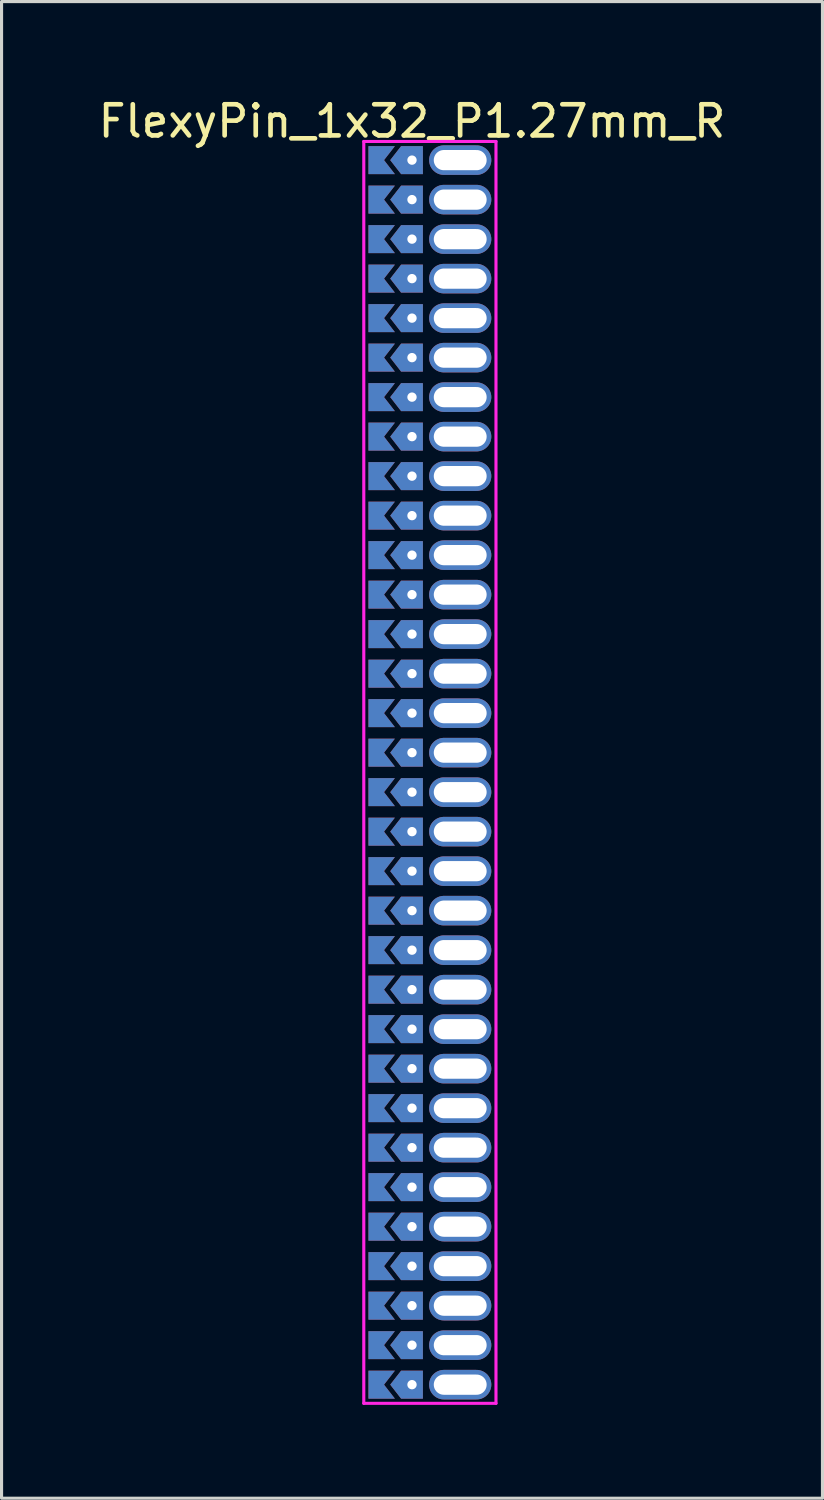
<source format=kicad_pcb>
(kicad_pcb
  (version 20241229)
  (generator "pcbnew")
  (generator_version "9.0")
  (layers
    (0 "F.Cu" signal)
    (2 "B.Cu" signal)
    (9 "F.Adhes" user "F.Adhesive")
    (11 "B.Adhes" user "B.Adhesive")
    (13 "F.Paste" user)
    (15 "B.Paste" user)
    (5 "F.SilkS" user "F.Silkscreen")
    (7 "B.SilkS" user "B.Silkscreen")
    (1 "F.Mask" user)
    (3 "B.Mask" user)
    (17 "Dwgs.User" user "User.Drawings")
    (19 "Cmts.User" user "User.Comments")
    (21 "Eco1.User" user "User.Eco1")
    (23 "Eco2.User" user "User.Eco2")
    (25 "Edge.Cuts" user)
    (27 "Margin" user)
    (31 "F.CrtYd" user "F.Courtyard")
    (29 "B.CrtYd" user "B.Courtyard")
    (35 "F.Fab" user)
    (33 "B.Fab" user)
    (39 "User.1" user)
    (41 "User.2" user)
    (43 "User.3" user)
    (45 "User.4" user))
  (footprint "FlexyPin_1x32_P1.27mm_R"
    (layer "F.Cu")
    (at 10.196 2.098)
    (property "Reference" "FlexyPin_1x32_P1.27mm_R" (at 0 -1.25 0) (layer "F.SilkS") (effects (font (size 1 1) (thickness 0.15))))
    (attr through_hole)
    (fp_line (start -1.55 -0.6) (end 2.7 -0.6) (stroke (width 0.1) (type solid)) (layer "F.CrtYd"))
    (fp_line (start -1.55 39.97) (end -1.55 -0.6) (stroke (width 0.1) (type solid)) (layer "F.CrtYd"))
    (fp_line (start 2.7 -0.6) (end 2.7 39.97) (stroke (width 0.1) (type solid)) (layer "F.CrtYd"))
    (fp_line (start 2.7 39.97) (end -1.55 39.97) (stroke (width 0.1) (type solid)) (layer "F.CrtYd"))
    (pad "" thru_hole custom (at 0 0) (size 0.3 0.3) (drill 0.6) (layers "*.Cu" "*.Mask") (options (anchor rect)) (primitives (gr_poly (pts (xy 0.35 0.45) (xy 0.35 -0.45) (xy -0.35 -0.45) (xy -0.7 0) (xy -0.35 0.45)) (width 0) (fill yes))))
    (pad "" thru_hole custom (at 0 1.27) (size 0.3 0.3) (drill 0.6) (layers "*.Cu" "*.Mask") (options (anchor rect)) (primitives (gr_poly (pts (xy 0.35 0.45) (xy 0.35 -0.45) (xy -0.35 -0.45) (xy -0.7 0) (xy -0.35 0.45)) (width 0) (fill yes))))
    (pad "" thru_hole custom (at 0 2.54) (size 0.3 0.3) (drill 0.6) (layers "*.Cu" "*.Mask") (options (anchor rect)) (primitives (gr_poly (pts (xy 0.35 0.45) (xy 0.35 -0.45) (xy -0.35 -0.45) (xy -0.7 0) (xy -0.35 0.45)) (width 0) (fill yes))))
    (pad "" thru_hole custom (at 0 3.81) (size 0.3 0.3) (drill 0.6) (layers "*.Cu" "*.Mask") (options (anchor rect)) (primitives (gr_poly (pts (xy 0.35 0.45) (xy 0.35 -0.45) (xy -0.35 -0.45) (xy -0.7 0) (xy -0.35 0.45)) (width 0) (fill yes))))
    (pad "" thru_hole custom (at 0 5.08) (size 0.3 0.3) (drill 0.6) (layers "*.Cu" "*.Mask") (options (anchor rect)) (primitives (gr_poly (pts (xy 0.35 0.45) (xy 0.35 -0.45) (xy -0.35 -0.45) (xy -0.7 0) (xy -0.35 0.45)) (width 0) (fill yes))))
    (pad "" thru_hole custom (at 0 6.35) (size 0.3 0.3) (drill 0.6) (layers "*.Cu" "*.Mask") (options (anchor rect)) (primitives (gr_poly (pts (xy 0.35 0.45) (xy 0.35 -0.45) (xy -0.35 -0.45) (xy -0.7 0) (xy -0.35 0.45)) (width 0) (fill yes))))
    (pad "" thru_hole custom (at 0 7.62) (size 0.3 0.3) (drill 0.6) (layers "*.Cu" "*.Mask") (options (anchor rect)) (primitives (gr_poly (pts (xy 0.35 0.45) (xy 0.35 -0.45) (xy -0.35 -0.45) (xy -0.7 0) (xy -0.35 0.45)) (width 0) (fill yes))))
    (pad "" thru_hole custom (at 0 8.89) (size 0.3 0.3) (drill 0.6) (layers "*.Cu" "*.Mask") (options (anchor rect)) (primitives (gr_poly (pts (xy 0.35 0.45) (xy 0.35 -0.45) (xy -0.35 -0.45) (xy -0.7 0) (xy -0.35 0.45)) (width 0) (fill yes))))
    (pad "" thru_hole custom (at 0 10.16) (size 0.3 0.3) (drill 0.6) (layers "*.Cu" "*.Mask") (options (anchor rect)) (primitives (gr_poly (pts (xy 0.35 0.45) (xy 0.35 -0.45) (xy -0.35 -0.45) (xy -0.7 0) (xy -0.35 0.45)) (width 0) (fill yes))))
    (pad "" thru_hole custom (at 0 11.43) (size 0.3 0.3) (drill 0.6) (layers "*.Cu" "*.Mask") (options (anchor rect)) (primitives (gr_poly (pts (xy 0.35 0.45) (xy 0.35 -0.45) (xy -0.35 -0.45) (xy -0.7 0) (xy -0.35 0.45)) (width 0) (fill yes))))
    (pad "" thru_hole custom (at 0 12.7) (size 0.3 0.3) (drill 0.6) (layers "*.Cu" "*.Mask") (options (anchor rect)) (primitives (gr_poly (pts (xy 0.35 0.45) (xy 0.35 -0.45) (xy -0.35 -0.45) (xy -0.7 0) (xy -0.35 0.45)) (width 0) (fill yes))))
    (pad "" thru_hole custom (at 0 13.97) (size 0.3 0.3) (drill 0.6) (layers "*.Cu" "*.Mask") (options (anchor rect)) (primitives (gr_poly (pts (xy 0.35 0.45) (xy 0.35 -0.45) (xy -0.35 -0.45) (xy -0.7 0) (xy -0.35 0.45)) (width 0) (fill yes))))
    (pad "" thru_hole custom (at 0 15.24) (size 0.3 0.3) (drill 0.6) (layers "*.Cu" "*.Mask") (options (anchor rect)) (primitives (gr_poly (pts (xy 0.35 0.45) (xy 0.35 -0.45) (xy -0.35 -0.45) (xy -0.7 0) (xy -0.35 0.45)) (width 0) (fill yes))))
    (pad "" thru_hole custom (at 0 16.51) (size 0.3 0.3) (drill 0.6) (layers "*.Cu" "*.Mask") (options (anchor rect)) (primitives (gr_poly (pts (xy 0.35 0.45) (xy 0.35 -0.45) (xy -0.35 -0.45) (xy -0.7 0) (xy -0.35 0.45)) (width 0) (fill yes))))
    (pad "" thru_hole custom (at 0 17.78) (size 0.3 0.3) (drill 0.6) (layers "*.Cu" "*.Mask") (options (anchor rect)) (primitives (gr_poly (pts (xy 0.35 0.45) (xy 0.35 -0.45) (xy -0.35 -0.45) (xy -0.7 0) (xy -0.35 0.45)) (width 0) (fill yes))))
    (pad "" thru_hole custom (at 0 19.05) (size 0.3 0.3) (drill 0.6) (layers "*.Cu" "*.Mask") (options (anchor rect)) (primitives (gr_poly (pts (xy 0.35 0.45) (xy 0.35 -0.45) (xy -0.35 -0.45) (xy -0.7 0) (xy -0.35 0.45)) (width 0) (fill yes))))
    (pad "" thru_hole custom (at 0 20.32) (size 0.3 0.3) (drill 0.6) (layers "*.Cu" "*.Mask") (options (anchor rect)) (primitives (gr_poly (pts (xy 0.35 0.45) (xy 0.35 -0.45) (xy -0.35 -0.45) (xy -0.7 0) (xy -0.35 0.45)) (width 0) (fill yes))))
    (pad "" thru_hole custom (at 0 21.59) (size 0.3 0.3) (drill 0.6) (layers "*.Cu" "*.Mask") (options (anchor rect)) (primitives (gr_poly (pts (xy 0.35 0.45) (xy 0.35 -0.45) (xy -0.35 -0.45) (xy -0.7 0) (xy -0.35 0.45)) (width 0) (fill yes))))
    (pad "" thru_hole custom (at 0 22.86) (size 0.3 0.3) (drill 0.6) (layers "*.Cu" "*.Mask") (options (anchor rect)) (primitives (gr_poly (pts (xy 0.35 0.45) (xy 0.35 -0.45) (xy -0.35 -0.45) (xy -0.7 0) (xy -0.35 0.45)) (width 0) (fill yes))))
    (pad "" thru_hole custom (at 0 24.13) (size 0.3 0.3) (drill 0.6) (layers "*.Cu" "*.Mask") (options (anchor rect)) (primitives (gr_poly (pts (xy 0.35 0.45) (xy 0.35 -0.45) (xy -0.35 -0.45) (xy -0.7 0) (xy -0.35 0.45)) (width 0) (fill yes))))
    (pad "" thru_hole custom (at 0 25.4) (size 0.3 0.3) (drill 0.6) (layers "*.Cu" "*.Mask") (options (anchor rect)) (primitives (gr_poly (pts (xy 0.35 0.45) (xy 0.35 -0.45) (xy -0.35 -0.45) (xy -0.7 0) (xy -0.35 0.45)) (width 0) (fill yes))))
    (pad "" thru_hole custom (at 0 26.67) (size 0.3 0.3) (drill 0.6) (layers "*.Cu" "*.Mask") (options (anchor rect)) (primitives (gr_poly (pts (xy 0.35 0.45) (xy 0.35 -0.45) (xy -0.35 -0.45) (xy -0.7 0) (xy -0.35 0.45)) (width 0) (fill yes))))
    (pad "" thru_hole custom (at 0 27.94) (size 0.3 0.3) (drill 0.6) (layers "*.Cu" "*.Mask") (options (anchor rect)) (primitives (gr_poly (pts (xy 0.35 0.45) (xy 0.35 -0.45) (xy -0.35 -0.45) (xy -0.7 0) (xy -0.35 0.45)) (width 0) (fill yes))))
    (pad "" thru_hole custom (at 0 29.21) (size 0.3 0.3) (drill 0.6) (layers "*.Cu" "*.Mask") (options (anchor rect)) (primitives (gr_poly (pts (xy 0.35 0.45) (xy 0.35 -0.45) (xy -0.35 -0.45) (xy -0.7 0) (xy -0.35 0.45)) (width 0) (fill yes))))
    (pad "" thru_hole custom (at 0 30.48) (size 0.3 0.3) (drill 0.6) (layers "*.Cu" "*.Mask") (options (anchor rect)) (primitives (gr_poly (pts (xy 0.35 0.45) (xy 0.35 -0.45) (xy -0.35 -0.45) (xy -0.7 0) (xy -0.35 0.45)) (width 0) (fill yes))))
    (pad "" thru_hole custom (at 0 31.75) (size 0.3 0.3) (drill 0.6) (layers "*.Cu" "*.Mask") (options (anchor rect)) (primitives (gr_poly (pts (xy 0.35 0.45) (xy 0.35 -0.45) (xy -0.35 -0.45) (xy -0.7 0) (xy -0.35 0.45)) (width 0) (fill yes))))
    (pad "" thru_hole custom (at 0 33.02) (size 0.3 0.3) (drill 0.6) (layers "*.Cu" "*.Mask") (options (anchor rect)) (primitives (gr_poly (pts (xy 0.35 0.45) (xy 0.35 -0.45) (xy -0.35 -0.45) (xy -0.7 0) (xy -0.35 0.45)) (width 0) (fill yes))))
    (pad "" thru_hole custom (at 0 34.29) (size 0.3 0.3) (drill 0.6) (layers "*.Cu" "*.Mask") (options (anchor rect)) (primitives (gr_poly (pts (xy 0.35 0.45) (xy 0.35 -0.45) (xy -0.35 -0.45) (xy -0.7 0) (xy -0.35 0.45)) (width 0) (fill yes))))
    (pad "" thru_hole custom (at 0 35.56) (size 0.3 0.3) (drill 0.6) (layers "*.Cu" "*.Mask") (options (anchor rect)) (primitives (gr_poly (pts (xy 0.35 0.45) (xy 0.35 -0.45) (xy -0.35 -0.45) (xy -0.7 0) (xy -0.35 0.45)) (width 0) (fill yes))))
    (pad "" thru_hole custom (at 0 36.83) (size 0.3 0.3) (drill 0.6) (layers "*.Cu" "*.Mask") (options (anchor rect)) (primitives (gr_poly (pts (xy 0.35 0.45) (xy 0.35 -0.45) (xy -0.35 -0.45) (xy -0.7 0) (xy -0.35 0.45)) (width 0) (fill yes))))
    (pad "" thru_hole custom (at 0 38.1) (size 0.3 0.3) (drill 0.6) (layers "*.Cu" "*.Mask") (options (anchor rect)) (primitives (gr_poly (pts (xy 0.35 0.45) (xy 0.35 -0.45) (xy -0.35 -0.45) (xy -0.7 0) (xy -0.35 0.45)) (width 0) (fill yes))))
    (pad "" thru_hole custom (at 0 39.37) (size 0.3 0.3) (drill 0.6) (layers "*.Cu" "*.Mask") (options (anchor rect)) (primitives (gr_poly (pts (xy 0.35 0.45) (xy 0.35 -0.45) (xy -0.35 -0.45) (xy -0.7 0) (xy -0.35 0.45)) (width 0) (fill yes))))
    (pad "" thru_hole oval (at 1.55 0) (size 2 0.95) (drill oval 1.7 0.65) (layers "*.Cu" "*.Mask"))
    (pad "" thru_hole oval (at 1.55 1.27) (size 2 0.95) (drill oval 1.7 0.65) (layers "*.Cu" "*.Mask"))
    (pad "" thru_hole oval (at 1.55 2.54) (size 2 0.95) (drill oval 1.7 0.65) (layers "*.Cu" "*.Mask"))
    (pad "" thru_hole oval (at 1.55 3.81) (size 2 0.95) (drill oval 1.7 0.65) (layers "*.Cu" "*.Mask"))
    (pad "" thru_hole oval (at 1.55 5.08) (size 2 0.95) (drill oval 1.7 0.65) (layers "*.Cu" "*.Mask"))
    (pad "" thru_hole oval (at 1.55 6.35) (size 2 0.95) (drill oval 1.7 0.65) (layers "*.Cu" "*.Mask"))
    (pad "" thru_hole oval (at 1.55 7.62) (size 2 0.95) (drill oval 1.7 0.65) (layers "*.Cu" "*.Mask"))
    (pad "" thru_hole oval (at 1.55 8.89) (size 2 0.95) (drill oval 1.7 0.65) (layers "*.Cu" "*.Mask"))
    (pad "" thru_hole oval (at 1.55 10.16) (size 2 0.95) (drill oval 1.7 0.65) (layers "*.Cu" "*.Mask"))
    (pad "" thru_hole oval (at 1.55 11.43) (size 2 0.95) (drill oval 1.7 0.65) (layers "*.Cu" "*.Mask"))
    (pad "" thru_hole oval (at 1.55 12.7) (size 2 0.95) (drill oval 1.7 0.65) (layers "*.Cu" "*.Mask"))
    (pad "" thru_hole oval (at 1.55 13.97) (size 2 0.95) (drill oval 1.7 0.65) (layers "*.Cu" "*.Mask"))
    (pad "" thru_hole oval (at 1.55 15.24) (size 2 0.95) (drill oval 1.7 0.65) (layers "*.Cu" "*.Mask"))
    (pad "" thru_hole oval (at 1.55 16.51) (size 2 0.95) (drill oval 1.7 0.65) (layers "*.Cu" "*.Mask"))
    (pad "" thru_hole oval (at 1.55 17.78) (size 2 0.95) (drill oval 1.7 0.65) (layers "*.Cu" "*.Mask"))
    (pad "" thru_hole oval (at 1.55 19.05) (size 2 0.95) (drill oval 1.7 0.65) (layers "*.Cu" "*.Mask"))
    (pad "" thru_hole oval (at 1.55 20.32) (size 2 0.95) (drill oval 1.7 0.65) (layers "*.Cu" "*.Mask"))
    (pad "" thru_hole oval (at 1.55 21.59) (size 2 0.95) (drill oval 1.7 0.65) (layers "*.Cu" "*.Mask"))
    (pad "" thru_hole oval (at 1.55 22.86) (size 2 0.95) (drill oval 1.7 0.65) (layers "*.Cu" "*.Mask"))
    (pad "" thru_hole oval (at 1.55 24.13) (size 2 0.95) (drill oval 1.7 0.65) (layers "*.Cu" "*.Mask"))
    (pad "" thru_hole oval (at 1.55 25.4) (size 2 0.95) (drill oval 1.7 0.65) (layers "*.Cu" "*.Mask"))
    (pad "" thru_hole oval (at 1.55 26.67) (size 2 0.95) (drill oval 1.7 0.65) (layers "*.Cu" "*.Mask"))
    (pad "" thru_hole oval (at 1.55 27.94) (size 2 0.95) (drill oval 1.7 0.65) (layers "*.Cu" "*.Mask"))
    (pad "" thru_hole oval (at 1.55 29.21) (size 2 0.95) (drill oval 1.7 0.65) (layers "*.Cu" "*.Mask"))
    (pad "" thru_hole oval (at 1.55 30.48) (size 2 0.95) (drill oval 1.7 0.65) (layers "*.Cu" "*.Mask"))
    (pad "" thru_hole oval (at 1.55 31.75) (size 2 0.95) (drill oval 1.7 0.65) (layers "*.Cu" "*.Mask"))
    (pad "" thru_hole oval (at 1.55 33.02) (size 2 0.95) (drill oval 1.7 0.65) (layers "*.Cu" "*.Mask"))
    (pad "" thru_hole oval (at 1.55 34.29) (size 2 0.95) (drill oval 1.7 0.65) (layers "*.Cu" "*.Mask"))
    (pad "" thru_hole oval (at 1.55 35.56) (size 2 0.95) (drill oval 1.7 0.65) (layers "*.Cu" "*.Mask"))
    (pad "" thru_hole oval (at 1.55 36.83) (size 2 0.95) (drill oval 1.7 0.65) (layers "*.Cu" "*.Mask"))
    (pad "" thru_hole oval (at 1.55 38.1) (size 2 0.95) (drill oval 1.7 0.65) (layers "*.Cu" "*.Mask"))
    (pad "" thru_hole oval (at 1.55 39.37) (size 2 0.95) (drill oval 1.7 0.65) (layers "*.Cu" "*.Mask"))
    (pad "1" smd custom (at -0.9 0) (size 0.01 0.01) (layers "F.Cu" "F.Mask") (options (anchor rect)) (primitives (gr_poly (pts (xy 0 0) (xy 0.35 0.45) (xy -0.5 0.45) (xy -0.5 -0.45) (xy 0.35 -0.45)) (width 0) (fill yes))))
    (pad "2" smd custom (at -0.9 1.27) (size 0.01 0.01) (layers "F.Cu" "F.Mask") (options (anchor rect)) (primitives (gr_poly (pts (xy 0 0) (xy 0.35 0.45) (xy -0.5 0.45) (xy -0.5 -0.45) (xy 0.35 -0.45)) (width 0) (fill yes))))
    (pad "3" smd custom (at -0.9 2.54) (size 0.01 0.01) (layers "F.Cu" "F.Mask") (options (anchor rect)) (primitives (gr_poly (pts (xy 0 0) (xy 0.35 0.45) (xy -0.5 0.45) (xy -0.5 -0.45) (xy 0.35 -0.45)) (width 0) (fill yes))))
    (pad "4" smd custom (at -0.9 3.81) (size 0.01 0.01) (layers "F.Cu" "F.Mask") (options (anchor rect)) (primitives (gr_poly (pts (xy 0 0) (xy 0.35 0.45) (xy -0.5 0.45) (xy -0.5 -0.45) (xy 0.35 -0.45)) (width 0) (fill yes))))
    (pad "5" smd custom (at -0.9 5.08) (size 0.01 0.01) (layers "F.Cu" "F.Mask") (options (anchor rect)) (primitives (gr_poly (pts (xy 0 0) (xy 0.35 0.45) (xy -0.5 0.45) (xy -0.5 -0.45) (xy 0.35 -0.45)) (width 0) (fill yes))))
    (pad "6" smd custom (at -0.9 6.35) (size 0.01 0.01) (layers "F.Cu" "F.Mask") (options (anchor rect)) (primitives (gr_poly (pts (xy 0 0) (xy 0.35 0.45) (xy -0.5 0.45) (xy -0.5 -0.45) (xy 0.35 -0.45)) (width 0) (fill yes))))
    (pad "7" smd custom (at -0.9 7.62) (size 0.01 0.01) (layers "F.Cu" "F.Mask") (options (anchor rect)) (primitives (gr_poly (pts (xy 0 0) (xy 0.35 0.45) (xy -0.5 0.45) (xy -0.5 -0.45) (xy 0.35 -0.45)) (width 0) (fill yes))))
    (pad "8" smd custom (at -0.9 8.89) (size 0.01 0.01) (layers "F.Cu" "F.Mask") (options (anchor rect)) (primitives (gr_poly (pts (xy 0 0) (xy 0.35 0.45) (xy -0.5 0.45) (xy -0.5 -0.45) (xy 0.35 -0.45)) (width 0) (fill yes))))
    (pad "9" smd custom (at -0.9 10.16) (size 0.01 0.01) (layers "F.Cu" "F.Mask") (options (anchor rect)) (primitives (gr_poly (pts (xy 0 0) (xy 0.35 0.45) (xy -0.5 0.45) (xy -0.5 -0.45) (xy 0.35 -0.45)) (width 0) (fill yes))))
    (pad "10" smd custom (at -0.9 11.43) (size 0.01 0.01) (layers "F.Cu" "F.Mask") (options (anchor rect)) (primitives (gr_poly (pts (xy 0 0) (xy 0.35 0.45) (xy -0.5 0.45) (xy -0.5 -0.45) (xy 0.35 -0.45)) (width 0) (fill yes))))
    (pad "11" smd custom (at -0.9 12.7) (size 0.01 0.01) (layers "F.Cu" "F.Mask") (options (anchor rect)) (primitives (gr_poly (pts (xy 0 0) (xy 0.35 0.45) (xy -0.5 0.45) (xy -0.5 -0.45) (xy 0.35 -0.45)) (width 0) (fill yes))))
    (pad "12" smd custom (at -0.9 13.97) (size 0.01 0.01) (layers "F.Cu" "F.Mask") (options (anchor rect)) (primitives (gr_poly (pts (xy 0 0) (xy 0.35 0.45) (xy -0.5 0.45) (xy -0.5 -0.45) (xy 0.35 -0.45)) (width 0) (fill yes))))
    (pad "13" smd custom (at -0.9 15.24) (size 0.01 0.01) (layers "F.Cu" "F.Mask") (options (anchor rect)) (primitives (gr_poly (pts (xy 0 0) (xy 0.35 0.45) (xy -0.5 0.45) (xy -0.5 -0.45) (xy 0.35 -0.45)) (width 0) (fill yes))))
    (pad "14" smd custom (at -0.9 16.51) (size 0.01 0.01) (layers "F.Cu" "F.Mask") (options (anchor rect)) (primitives (gr_poly (pts (xy 0 0) (xy 0.35 0.45) (xy -0.5 0.45) (xy -0.5 -0.45) (xy 0.35 -0.45)) (width 0) (fill yes))))
    (pad "15" smd custom (at -0.9 17.78) (size 0.01 0.01) (layers "F.Cu" "F.Mask") (options (anchor rect)) (primitives (gr_poly (pts (xy 0 0) (xy 0.35 0.45) (xy -0.5 0.45) (xy -0.5 -0.45) (xy 0.35 -0.45)) (width 0) (fill yes))))
    (pad "16" smd custom (at -0.9 19.05) (size 0.01 0.01) (layers "F.Cu" "F.Mask") (options (anchor rect)) (primitives (gr_poly (pts (xy 0 0) (xy 0.35 0.45) (xy -0.5 0.45) (xy -0.5 -0.45) (xy 0.35 -0.45)) (width 0) (fill yes))))
    (pad "17" smd custom (at -0.9 20.32) (size 0.01 0.01) (layers "F.Cu" "F.Mask") (options (anchor rect)) (primitives (gr_poly (pts (xy 0 0) (xy 0.35 0.45) (xy -0.5 0.45) (xy -0.5 -0.45) (xy 0.35 -0.45)) (width 0) (fill yes))))
    (pad "18" smd custom (at -0.9 21.59) (size 0.01 0.01) (layers "F.Cu" "F.Mask") (options (anchor rect)) (primitives (gr_poly (pts (xy 0 0) (xy 0.35 0.45) (xy -0.5 0.45) (xy -0.5 -0.45) (xy 0.35 -0.45)) (width 0) (fill yes))))
    (pad "19" smd custom (at -0.9 22.86) (size 0.01 0.01) (layers "F.Cu" "F.Mask") (options (anchor rect)) (primitives (gr_poly (pts (xy 0 0) (xy 0.35 0.45) (xy -0.5 0.45) (xy -0.5 -0.45) (xy 0.35 -0.45)) (width 0) (fill yes))))
    (pad "20" smd custom (at -0.9 24.13) (size 0.01 0.01) (layers "F.Cu" "F.Mask") (options (anchor rect)) (primitives (gr_poly (pts (xy 0 0) (xy 0.35 0.45) (xy -0.5 0.45) (xy -0.5 -0.45) (xy 0.35 -0.45)) (width 0) (fill yes))))
    (pad "21" smd custom (at -0.9 25.4) (size 0.01 0.01) (layers "F.Cu" "F.Mask") (options (anchor rect)) (primitives (gr_poly (pts (xy 0 0) (xy 0.35 0.45) (xy -0.5 0.45) (xy -0.5 -0.45) (xy 0.35 -0.45)) (width 0) (fill yes))))
    (pad "22" smd custom (at -0.9 26.67) (size 0.01 0.01) (layers "F.Cu" "F.Mask") (options (anchor rect)) (primitives (gr_poly (pts (xy 0 0) (xy 0.35 0.45) (xy -0.5 0.45) (xy -0.5 -0.45) (xy 0.35 -0.45)) (width 0) (fill yes))))
    (pad "23" smd custom (at -0.9 27.94) (size 0.01 0.01) (layers "F.Cu" "F.Mask") (options (anchor rect)) (primitives (gr_poly (pts (xy 0 0) (xy 0.35 0.45) (xy -0.5 0.45) (xy -0.5 -0.45) (xy 0.35 -0.45)) (width 0) (fill yes))))
    (pad "24" smd custom (at -0.9 29.21) (size 0.01 0.01) (layers "F.Cu" "F.Mask") (options (anchor rect)) (primitives (gr_poly (pts (xy 0 0) (xy 0.35 0.45) (xy -0.5 0.45) (xy -0.5 -0.45) (xy 0.35 -0.45)) (width 0) (fill yes))))
    (pad "25" smd custom (at -0.9 30.48) (size 0.01 0.01) (layers "F.Cu" "F.Mask") (options (anchor rect)) (primitives (gr_poly (pts (xy 0 0) (xy 0.35 0.45) (xy -0.5 0.45) (xy -0.5 -0.45) (xy 0.35 -0.45)) (width 0) (fill yes))))
    (pad "26" smd custom (at -0.9 31.75) (size 0.01 0.01) (layers "F.Cu" "F.Mask") (options (anchor rect)) (primitives (gr_poly (pts (xy 0 0) (xy 0.35 0.45) (xy -0.5 0.45) (xy -0.5 -0.45) (xy 0.35 -0.45)) (width 0) (fill yes))))
    (pad "27" smd custom (at -0.9 33.02) (size 0.01 0.01) (layers "F.Cu" "F.Mask") (options (anchor rect)) (primitives (gr_poly (pts (xy 0 0) (xy 0.35 0.45) (xy -0.5 0.45) (xy -0.5 -0.45) (xy 0.35 -0.45)) (width 0) (fill yes))))
    (pad "28" smd custom (at -0.9 34.29) (size 0.01 0.01) (layers "F.Cu" "F.Mask") (options (anchor rect)) (primitives (gr_poly (pts (xy 0 0) (xy 0.35 0.45) (xy -0.5 0.45) (xy -0.5 -0.45) (xy 0.35 -0.45)) (width 0) (fill yes))))
    (pad "29" smd custom (at -0.9 35.56) (size 0.01 0.01) (layers "F.Cu" "F.Mask") (options (anchor rect)) (primitives (gr_poly (pts (xy 0 0) (xy 0.35 0.45) (xy -0.5 0.45) (xy -0.5 -0.45) (xy 0.35 -0.45)) (width 0) (fill yes))))
    (pad "30" smd custom (at -0.9 36.83) (size 0.01 0.01) (layers "F.Cu" "F.Mask") (options (anchor rect)) (primitives (gr_poly (pts (xy 0 0) (xy 0.35 0.45) (xy -0.5 0.45) (xy -0.5 -0.45) (xy 0.35 -0.45)) (width 0) (fill yes))))
    (pad "31" smd custom (at -0.9 38.1) (size 0.01 0.01) (layers "F.Cu" "F.Mask") (options (anchor rect)) (primitives (gr_poly (pts (xy 0 0) (xy 0.35 0.45) (xy -0.5 0.45) (xy -0.5 -0.45) (xy 0.35 -0.45)) (width 0) (fill yes))))
    (pad "32" smd custom (at -0.9 39.37) (size 0.01 0.01) (layers "F.Cu" "F.Mask") (options (anchor rect)) (primitives (gr_poly (pts (xy 0 0) (xy 0.35 0.45) (xy -0.5 0.45) (xy -0.5 -0.45) (xy 0.35 -0.45)) (width 0) (fill yes))))
    (pad "33" smd custom (at -0.9 0) (size 0.01 0.01) (layers "B.Cu" "B.Mask") (options (anchor rect)) (primitives (gr_poly (pts (xy 0 0) (xy 0.35 0.45) (xy -0.5 0.45) (xy -0.5 -0.45) (xy 0.35 -0.45)) (width 0) (fill yes))))
    (pad "34" smd custom (at -0.9 1.27) (size 0.01 0.01) (layers "B.Cu" "B.Mask") (options (anchor rect)) (primitives (gr_poly (pts (xy 0 0) (xy 0.35 0.45) (xy -0.5 0.45) (xy -0.5 -0.45) (xy 0.35 -0.45)) (width 0) (fill yes))))
    (pad "35" smd custom (at -0.9 2.54) (size 0.01 0.01) (layers "B.Cu" "B.Mask") (options (anchor rect)) (primitives (gr_poly (pts (xy 0 0) (xy 0.35 0.45) (xy -0.5 0.45) (xy -0.5 -0.45) (xy 0.35 -0.45)) (width 0) (fill yes))))
    (pad "36" smd custom (at -0.9 3.81) (size 0.01 0.01) (layers "B.Cu" "B.Mask") (options (anchor rect)) (primitives (gr_poly (pts (xy 0 0) (xy 0.35 0.45) (xy -0.5 0.45) (xy -0.5 -0.45) (xy 0.35 -0.45)) (width 0) (fill yes))))
    (pad "37" smd custom (at -0.9 5.08) (size 0.01 0.01) (layers "B.Cu" "B.Mask") (options (anchor rect)) (primitives (gr_poly (pts (xy 0 0) (xy 0.35 0.45) (xy -0.5 0.45) (xy -0.5 -0.45) (xy 0.35 -0.45)) (width 0) (fill yes))))
    (pad "38" smd custom (at -0.9 6.35) (size 0.01 0.01) (layers "B.Cu" "B.Mask") (options (anchor rect)) (primitives (gr_poly (pts (xy 0 0) (xy 0.35 0.45) (xy -0.5 0.45) (xy -0.5 -0.45) (xy 0.35 -0.45)) (width 0) (fill yes))))
    (pad "39" smd custom (at -0.9 7.62) (size 0.01 0.01) (layers "B.Cu" "B.Mask") (options (anchor rect)) (primitives (gr_poly (pts (xy 0 0) (xy 0.35 0.45) (xy -0.5 0.45) (xy -0.5 -0.45) (xy 0.35 -0.45)) (width 0) (fill yes))))
    (pad "40" smd custom (at -0.9 8.89) (size 0.01 0.01) (layers "B.Cu" "B.Mask") (options (anchor rect)) (primitives (gr_poly (pts (xy 0 0) (xy 0.35 0.45) (xy -0.5 0.45) (xy -0.5 -0.45) (xy 0.35 -0.45)) (width 0) (fill yes))))
    (pad "41" smd custom (at -0.9 10.16) (size 0.01 0.01) (layers "B.Cu" "B.Mask") (options (anchor rect)) (primitives (gr_poly (pts (xy 0 0) (xy 0.35 0.45) (xy -0.5 0.45) (xy -0.5 -0.45) (xy 0.35 -0.45)) (width 0) (fill yes))))
    (pad "42" smd custom (at -0.9 11.43) (size 0.01 0.01) (layers "B.Cu" "B.Mask") (options (anchor rect)) (primitives (gr_poly (pts (xy 0 0) (xy 0.35 0.45) (xy -0.5 0.45) (xy -0.5 -0.45) (xy 0.35 -0.45)) (width 0) (fill yes))))
    (pad "43" smd custom (at -0.9 12.7) (size 0.01 0.01) (layers "B.Cu" "B.Mask") (options (anchor rect)) (primitives (gr_poly (pts (xy 0 0) (xy 0.35 0.45) (xy -0.5 0.45) (xy -0.5 -0.45) (xy 0.35 -0.45)) (width 0) (fill yes))))
    (pad "44" smd custom (at -0.9 13.97) (size 0.01 0.01) (layers "B.Cu" "B.Mask") (options (anchor rect)) (primitives (gr_poly (pts (xy 0 0) (xy 0.35 0.45) (xy -0.5 0.45) (xy -0.5 -0.45) (xy 0.35 -0.45)) (width 0) (fill yes))))
    (pad "45" smd custom (at -0.9 15.24) (size 0.01 0.01) (layers "B.Cu" "B.Mask") (options (anchor rect)) (primitives (gr_poly (pts (xy 0 0) (xy 0.35 0.45) (xy -0.5 0.45) (xy -0.5 -0.45) (xy 0.35 -0.45)) (width 0) (fill yes))))
    (pad "46" smd custom (at -0.9 16.51) (size 0.01 0.01) (layers "B.Cu" "B.Mask") (options (anchor rect)) (primitives (gr_poly (pts (xy 0 0) (xy 0.35 0.45) (xy -0.5 0.45) (xy -0.5 -0.45) (xy 0.35 -0.45)) (width 0) (fill yes))))
    (pad "47" smd custom (at -0.9 17.78) (size 0.01 0.01) (layers "B.Cu" "B.Mask") (options (anchor rect)) (primitives (gr_poly (pts (xy 0 0) (xy 0.35 0.45) (xy -0.5 0.45) (xy -0.5 -0.45) (xy 0.35 -0.45)) (width 0) (fill yes))))
    (pad "48" smd custom (at -0.9 19.05) (size 0.01 0.01) (layers "B.Cu" "B.Mask") (options (anchor rect)) (primitives (gr_poly (pts (xy 0 0) (xy 0.35 0.45) (xy -0.5 0.45) (xy -0.5 -0.45) (xy 0.35 -0.45)) (width 0) (fill yes))))
    (pad "49" smd custom (at -0.9 20.32) (size 0.01 0.01) (layers "B.Cu" "B.Mask") (options (anchor rect)) (primitives (gr_poly (pts (xy 0 0) (xy 0.35 0.45) (xy -0.5 0.45) (xy -0.5 -0.45) (xy 0.35 -0.45)) (width 0) (fill yes))))
    (pad "50" smd custom (at -0.9 21.59) (size 0.01 0.01) (layers "B.Cu" "B.Mask") (options (anchor rect)) (primitives (gr_poly (pts (xy 0 0) (xy 0.35 0.45) (xy -0.5 0.45) (xy -0.5 -0.45) (xy 0.35 -0.45)) (width 0) (fill yes))))
    (pad "51" smd custom (at -0.9 22.86) (size 0.01 0.01) (layers "B.Cu" "B.Mask") (options (anchor rect)) (primitives (gr_poly (pts (xy 0 0) (xy 0.35 0.45) (xy -0.5 0.45) (xy -0.5 -0.45) (xy 0.35 -0.45)) (width 0) (fill yes))))
    (pad "52" smd custom (at -0.9 24.13) (size 0.01 0.01) (layers "B.Cu" "B.Mask") (options (anchor rect)) (primitives (gr_poly (pts (xy 0 0) (xy 0.35 0.45) (xy -0.5 0.45) (xy -0.5 -0.45) (xy 0.35 -0.45)) (width 0) (fill yes))))
    (pad "53" smd custom (at -0.9 25.4) (size 0.01 0.01) (layers "B.Cu" "B.Mask") (options (anchor rect)) (primitives (gr_poly (pts (xy 0 0) (xy 0.35 0.45) (xy -0.5 0.45) (xy -0.5 -0.45) (xy 0.35 -0.45)) (width 0) (fill yes))))
    (pad "54" smd custom (at -0.9 26.67) (size 0.01 0.01) (layers "B.Cu" "B.Mask") (options (anchor rect)) (primitives (gr_poly (pts (xy 0 0) (xy 0.35 0.45) (xy -0.5 0.45) (xy -0.5 -0.45) (xy 0.35 -0.45)) (width 0) (fill yes))))
    (pad "55" smd custom (at -0.9 27.94) (size 0.01 0.01) (layers "B.Cu" "B.Mask") (options (anchor rect)) (primitives (gr_poly (pts (xy 0 0) (xy 0.35 0.45) (xy -0.5 0.45) (xy -0.5 -0.45) (xy 0.35 -0.45)) (width 0) (fill yes))))
    (pad "56" smd custom (at -0.9 29.21) (size 0.01 0.01) (layers "B.Cu" "B.Mask") (options (anchor rect)) (primitives (gr_poly (pts (xy 0 0) (xy 0.35 0.45) (xy -0.5 0.45) (xy -0.5 -0.45) (xy 0.35 -0.45)) (width 0) (fill yes))))
    (pad "57" smd custom (at -0.9 30.48) (size 0.01 0.01) (layers "B.Cu" "B.Mask") (options (anchor rect)) (primitives (gr_poly (pts (xy 0 0) (xy 0.35 0.45) (xy -0.5 0.45) (xy -0.5 -0.45) (xy 0.35 -0.45)) (width 0) (fill yes))))
    (pad "58" smd custom (at -0.9 31.75) (size 0.01 0.01) (layers "B.Cu" "B.Mask") (options (anchor rect)) (primitives (gr_poly (pts (xy 0 0) (xy 0.35 0.45) (xy -0.5 0.45) (xy -0.5 -0.45) (xy 0.35 -0.45)) (width 0) (fill yes))))
    (pad "59" smd custom (at -0.9 33.02) (size 0.01 0.01) (layers "B.Cu" "B.Mask") (options (anchor rect)) (primitives (gr_poly (pts (xy 0 0) (xy 0.35 0.45) (xy -0.5 0.45) (xy -0.5 -0.45) (xy 0.35 -0.45)) (width 0) (fill yes))))
    (pad "60" smd custom (at -0.9 34.29) (size 0.01 0.01) (layers "B.Cu" "B.Mask") (options (anchor rect)) (primitives (gr_poly (pts (xy 0 0) (xy 0.35 0.45) (xy -0.5 0.45) (xy -0.5 -0.45) (xy 0.35 -0.45)) (width 0) (fill yes))))
    (pad "61" smd custom (at -0.9 35.56) (size 0.01 0.01) (layers "B.Cu" "B.Mask") (options (anchor rect)) (primitives (gr_poly (pts (xy 0 0) (xy 0.35 0.45) (xy -0.5 0.45) (xy -0.5 -0.45) (xy 0.35 -0.45)) (width 0) (fill yes))))
    (pad "62" smd custom (at -0.9 36.83) (size 0.01 0.01) (layers "B.Cu" "B.Mask") (options (anchor rect)) (primitives (gr_poly (pts (xy 0 0) (xy 0.35 0.45) (xy -0.5 0.45) (xy -0.5 -0.45) (xy 0.35 -0.45)) (width 0) (fill yes))))
    (pad "63" smd custom (at -0.9 38.1) (size 0.01 0.01) (layers "B.Cu" "B.Mask") (options (anchor rect)) (primitives (gr_poly (pts (xy 0 0) (xy 0.35 0.45) (xy -0.5 0.45) (xy -0.5 -0.45) (xy 0.35 -0.45)) (width 0) (fill yes))))
    (pad "64" smd custom (at -0.9 39.37) (size 0.01 0.01) (layers "B.Cu" "B.Mask") (options (anchor rect)) (primitives (gr_poly (pts (xy 0 0) (xy 0.35 0.45) (xy -0.5 0.45) (xy -0.5 -0.45) (xy 0.35 -0.45)) (width 0) (fill yes)))))
  (gr_rect
    (start -3 -3)
    (end 23.393 45.118)
    (stroke (width 0.1) (type default))
    (fill no)
    (layer "Edge.Cuts")))
</source>
